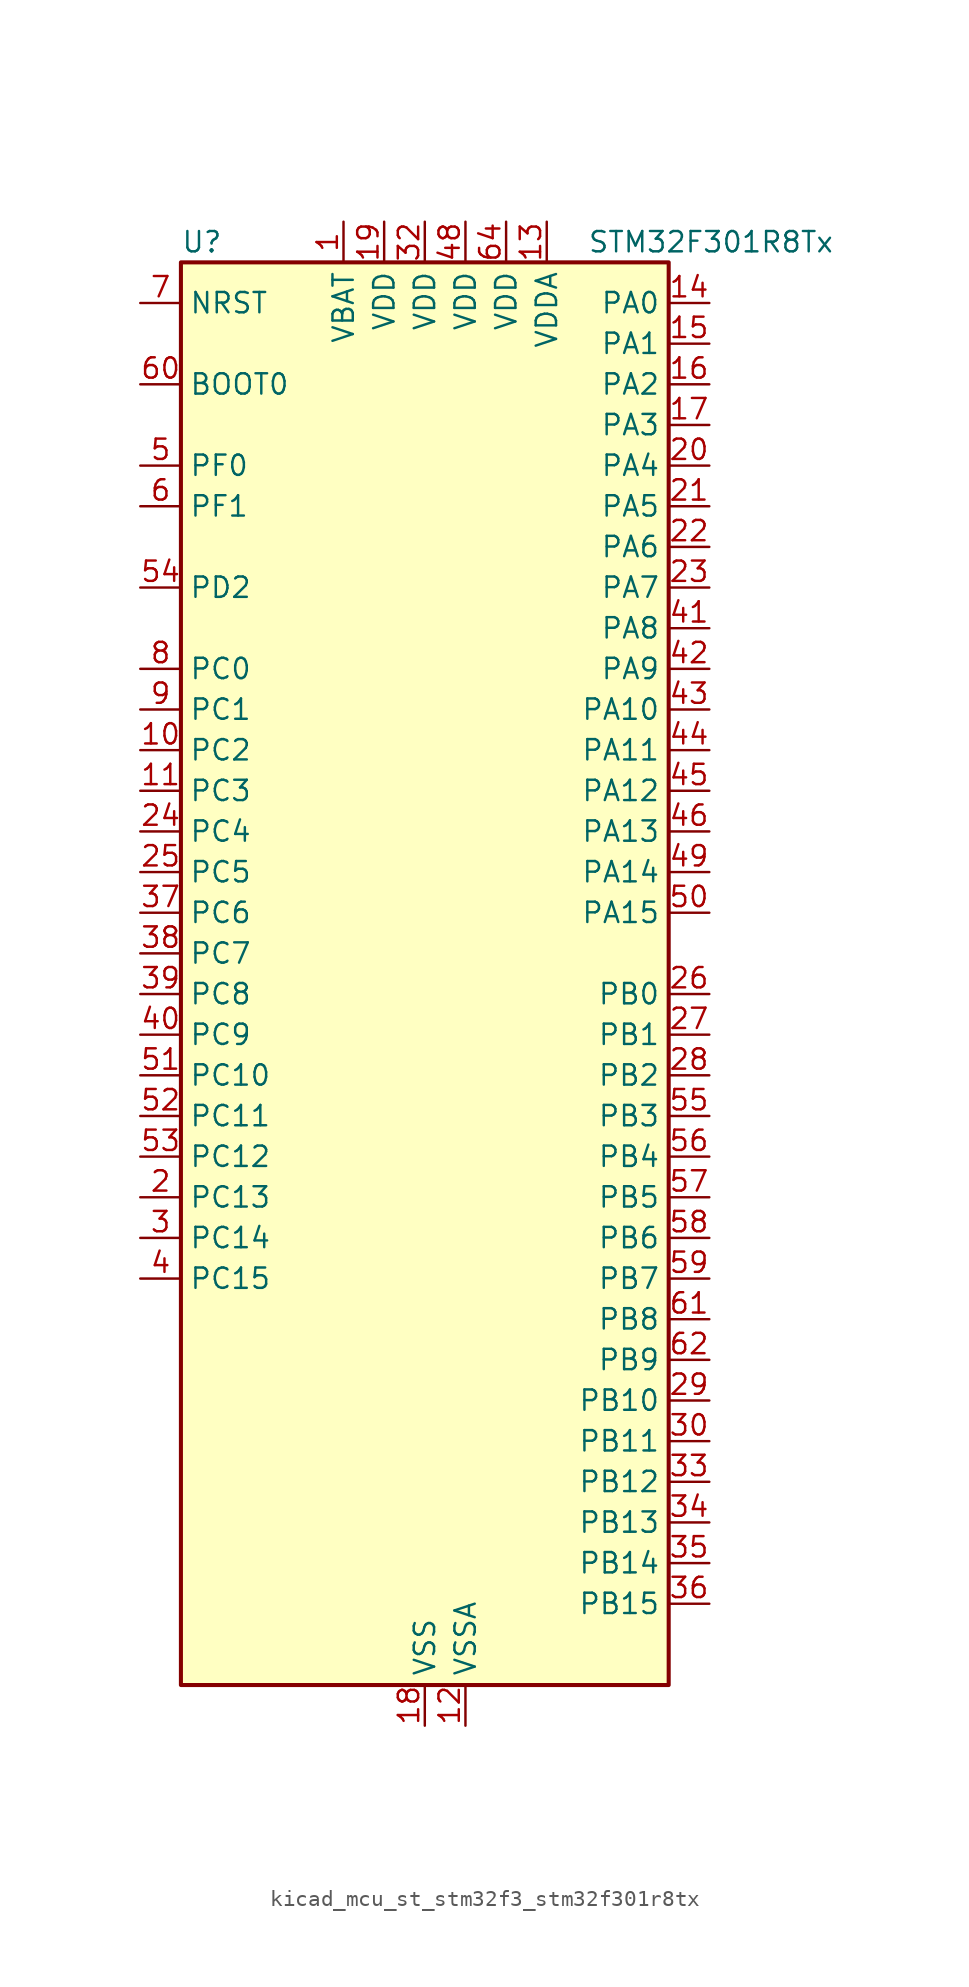
<source format=kicad_sym>
(kicad_symbol_lib
  (version 20220914)
  (generator kicad_symbol_editor)
  (symbol "kicad_mcu_st_stm32f3_stm32f301r8tx"
    (property "Reference" "U"
      (at -15.24 46.99 0)
      (effects (font (size 1.27 1.27)) (justify left)))
    (property "Value" "STM32F301R8Tx"
      (at 10.16 46.99 0)
      (effects (font (size 1.27 1.27)) (justify left)))
    (property "ki_locked" ""
      (at 0 0 0)
      (effects (font (size 1.27 1.27))))
    (symbol "kicad_mcu_st_stm32f3_stm32f301r8tx_0_1"
      (rectangle (start -15.24 -43.18) (end 15.24 45.72) (stroke (width 0.254) (type default)) (fill (type background))))
    (symbol "kicad_mcu_st_stm32f3_stm32f301r8tx_1_1"
      (pin power_in line (at -5.08 48.26 270) (length 2.54) (name "VBAT" (effects (font (size 1.27 1.27)))) (number "1" (effects (font (size 1.27 1.27)))))
      (pin bidirectional line (at -17.78 15.24 0) (length 2.54) (name "PC2" (effects (font (size 1.27 1.27)))) (number "10" (effects (font (size 1.27 1.27)))) (alternate "ADC1_IN8" bidirectional line) (alternate "TIM1_CH3" bidirectional line))
      (pin bidirectional line (at -17.78 12.7 0) (length 2.54) (name "PC3" (effects (font (size 1.27 1.27)))) (number "11" (effects (font (size 1.27 1.27)))) (alternate "ADC1_IN9" bidirectional line) (alternate "TIM1_BKIN2" bidirectional line) (alternate "TIM1_CH4" bidirectional line))
      (pin power_in line (at 2.54 -45.72 90) (length 2.54) (name "VSSA" (effects (font (size 1.27 1.27)))) (number "12" (effects (font (size 1.27 1.27)))))
      (pin power_in line (at 7.62 48.26 270) (length 2.54) (name "VDDA" (effects (font (size 1.27 1.27)))) (number "13" (effects (font (size 1.27 1.27)))))
      (pin bidirectional line (at 17.78 43.18 180) (length 2.54) (name "PA0" (effects (font (size 1.27 1.27)))) (number "14" (effects (font (size 1.27 1.27)))) (alternate "ADC1_IN1" bidirectional line) (alternate "RTC_TAMP2" bidirectional line) (alternate "SYS_WKUP1" bidirectional line) (alternate "TIM2_CH1" bidirectional line) (alternate "TIM2_ETR" bidirectional line) (alternate "TSC_G1_IO1" bidirectional line) (alternate "USART2_CTS" bidirectional line))
      (pin bidirectional line (at 17.78 40.64 180) (length 2.54) (name "PA1" (effects (font (size 1.27 1.27)))) (number "15" (effects (font (size 1.27 1.27)))) (alternate "ADC1_IN2" bidirectional line) (alternate "RTC_REFIN" bidirectional line) (alternate "TIM15_CH1N" bidirectional line) (alternate "TIM2_CH2" bidirectional line) (alternate "TSC_G1_IO2" bidirectional line) (alternate "USART2_DE" bidirectional line) (alternate "USART2_RTS" bidirectional line))
      (pin bidirectional line (at 17.78 38.1 180) (length 2.54) (name "PA2" (effects (font (size 1.27 1.27)))) (number "16" (effects (font (size 1.27 1.27)))) (alternate "ADC1_IN3" bidirectional line) (alternate "COMP2_INM" bidirectional line) (alternate "COMP2_OUT" bidirectional line) (alternate "TIM15_CH1" bidirectional line) (alternate "TIM2_CH3" bidirectional line) (alternate "TSC_G1_IO3" bidirectional line) (alternate "USART2_TX" bidirectional line))
      (pin bidirectional line (at 17.78 35.56 180) (length 2.54) (name "PA3" (effects (font (size 1.27 1.27)))) (number "17" (effects (font (size 1.27 1.27)))) (alternate "ADC1_IN4" bidirectional line) (alternate "TIM15_CH2" bidirectional line) (alternate "TIM2_CH4" bidirectional line) (alternate "TSC_G1_IO4" bidirectional line) (alternate "USART2_RX" bidirectional line))
      (pin power_in line (at 0 -45.72 90) (length 2.54) (name "VSS" (effects (font (size 1.27 1.27)))) (number "18" (effects (font (size 1.27 1.27)))))
      (pin power_in line (at -2.54 48.26 270) (length 2.54) (name "VDD" (effects (font (size 1.27 1.27)))) (number "19" (effects (font (size 1.27 1.27)))))
      (pin bidirectional line (at -17.78 -12.7 0) (length 2.54) (name "PC13" (effects (font (size 1.27 1.27)))) (number "2" (effects (font (size 1.27 1.27)))) (alternate "RTC_OUT_ALARM" bidirectional line) (alternate "RTC_OUT_CALIB" bidirectional line) (alternate "RTC_TAMP1" bidirectional line) (alternate "RTC_TS" bidirectional line) (alternate "SYS_WKUP2" bidirectional line) (alternate "TIM1_CH1N" bidirectional line))
      (pin bidirectional line (at 17.78 33.02 180) (length 2.54) (name "PA4" (effects (font (size 1.27 1.27)))) (number "20" (effects (font (size 1.27 1.27)))) (alternate "ADC1_IN5" bidirectional line) (alternate "COMP2_INM" bidirectional line) (alternate "COMP4_INM" bidirectional line) (alternate "COMP6_INM" bidirectional line) (alternate "DAC_OUT1" bidirectional line) (alternate "I2S3_WS" bidirectional line) (alternate "SPI3_NSS" bidirectional line) (alternate "TSC_G2_IO1" bidirectional line) (alternate "USART2_CK" bidirectional line))
      (pin bidirectional line (at 17.78 30.48 180) (length 2.54) (name "PA5" (effects (font (size 1.27 1.27)))) (number "21" (effects (font (size 1.27 1.27)))) (alternate "OPAMP2_VINM" bidirectional line) (alternate "OPAMP2_VINM_SEC" bidirectional line) (alternate "TIM2_CH1" bidirectional line) (alternate "TIM2_ETR" bidirectional line) (alternate "TSC_G2_IO2" bidirectional line))
      (pin bidirectional line (at 17.78 27.94 180) (length 2.54) (name "PA6" (effects (font (size 1.27 1.27)))) (number "22" (effects (font (size 1.27 1.27)))) (alternate "ADC1_IN10" bidirectional line) (alternate "OPAMP2_VOUT" bidirectional line) (alternate "TIM16_CH1" bidirectional line) (alternate "TIM1_BKIN" bidirectional line) (alternate "TSC_G2_IO3" bidirectional line))
      (pin bidirectional line (at 17.78 25.4 180) (length 2.54) (name "PA7" (effects (font (size 1.27 1.27)))) (number "23" (effects (font (size 1.27 1.27)))) (alternate "ADC1_IN15" bidirectional line) (alternate "COMP2_INP" bidirectional line) (alternate "OPAMP2_VINP" bidirectional line) (alternate "OPAMP2_VINP_SEC" bidirectional line) (alternate "TIM17_CH1" bidirectional line) (alternate "TIM1_CH1N" bidirectional line) (alternate "TSC_G2_IO4" bidirectional line))
      (pin bidirectional line (at -17.78 10.16 0) (length 2.54) (name "PC4" (effects (font (size 1.27 1.27)))) (number "24" (effects (font (size 1.27 1.27)))) (alternate "TIM1_ETR" bidirectional line) (alternate "USART1_TX" bidirectional line))
      (pin bidirectional line (at -17.78 7.62 0) (length 2.54) (name "PC5" (effects (font (size 1.27 1.27)))) (number "25" (effects (font (size 1.27 1.27)))) (alternate "OPAMP2_VINM" bidirectional line) (alternate "OPAMP2_VINM_SEC" bidirectional line) (alternate "TIM15_BKIN" bidirectional line) (alternate "TSC_G3_IO1" bidirectional line) (alternate "USART1_RX" bidirectional line))
      (pin bidirectional line (at 17.78 0 180) (length 2.54) (name "PB0" (effects (font (size 1.27 1.27)))) (number "26" (effects (font (size 1.27 1.27)))) (alternate "ADC1_IN11" bidirectional line) (alternate "COMP4_INP" bidirectional line) (alternate "OPAMP2_VINP" bidirectional line) (alternate "OPAMP2_VINP_SEC" bidirectional line) (alternate "TIM1_CH2N" bidirectional line) (alternate "TSC_G3_IO2" bidirectional line))
      (pin bidirectional line (at 17.78 -2.54 180) (length 2.54) (name "PB1" (effects (font (size 1.27 1.27)))) (number "27" (effects (font (size 1.27 1.27)))) (alternate "ADC1_IN12" bidirectional line) (alternate "COMP4_OUT" bidirectional line) (alternate "TIM1_CH3N" bidirectional line) (alternate "TSC_G3_IO3" bidirectional line))
      (pin bidirectional line (at 17.78 -5.08 180) (length 2.54) (name "PB2" (effects (font (size 1.27 1.27)))) (number "28" (effects (font (size 1.27 1.27)))) (alternate "COMP4_INM" bidirectional line) (alternate "TSC_G3_IO4" bidirectional line))
      (pin bidirectional line (at 17.78 -25.4 180) (length 2.54) (name "PB10" (effects (font (size 1.27 1.27)))) (number "29" (effects (font (size 1.27 1.27)))) (alternate "TIM2_CH3" bidirectional line) (alternate "TSC_SYNC" bidirectional line) (alternate "USART3_TX" bidirectional line))
      (pin bidirectional line (at -17.78 -15.24 0) (length 2.54) (name "PC14" (effects (font (size 1.27 1.27)))) (number "3" (effects (font (size 1.27 1.27)))) (alternate "RCC_OSC32_IN" bidirectional line))
      (pin bidirectional line (at 17.78 -27.94 180) (length 2.54) (name "PB11" (effects (font (size 1.27 1.27)))) (number "30" (effects (font (size 1.27 1.27)))) (alternate "ADC1_EXTI11" bidirectional line) (alternate "ADC1_IN14" bidirectional line) (alternate "COMP6_INP" bidirectional line) (alternate "TIM2_CH4" bidirectional line) (alternate "TSC_G6_IO1" bidirectional line) (alternate "USART3_RX" bidirectional line))
      (pin passive line (at 0 -45.72 90) (length 2.54) hide (name "VSS" (effects (font (size 1.27 1.27)))) (number "31" (effects (font (size 1.27 1.27)))))
      (pin power_in line (at 0 48.26 270) (length 2.54) (name "VDD" (effects (font (size 1.27 1.27)))) (number "32" (effects (font (size 1.27 1.27)))))
      (pin bidirectional line (at 17.78 -30.48 180) (length 2.54) (name "PB12" (effects (font (size 1.27 1.27)))) (number "33" (effects (font (size 1.27 1.27)))) (alternate "I2C2_SMBA" bidirectional line) (alternate "I2S2_WS" bidirectional line) (alternate "SPI2_NSS" bidirectional line) (alternate "TIM1_BKIN" bidirectional line) (alternate "TSC_G6_IO2" bidirectional line) (alternate "USART3_CK" bidirectional line))
      (pin bidirectional line (at 17.78 -33.02 180) (length 2.54) (name "PB13" (effects (font (size 1.27 1.27)))) (number "34" (effects (font (size 1.27 1.27)))) (alternate "ADC1_IN13" bidirectional line) (alternate "I2S2_CK" bidirectional line) (alternate "SPI2_SCK" bidirectional line) (alternate "TIM1_CH1N" bidirectional line) (alternate "TSC_G6_IO3" bidirectional line) (alternate "USART3_CTS" bidirectional line))
      (pin bidirectional line (at 17.78 -35.56 180) (length 2.54) (name "PB14" (effects (font (size 1.27 1.27)))) (number "35" (effects (font (size 1.27 1.27)))) (alternate "I2S2_ext_SD" bidirectional line) (alternate "OPAMP2_VINP" bidirectional line) (alternate "OPAMP2_VINP_SEC" bidirectional line) (alternate "SPI2_MISO" bidirectional line) (alternate "TIM15_CH1" bidirectional line) (alternate "TIM1_CH2N" bidirectional line) (alternate "TSC_G6_IO4" bidirectional line) (alternate "USART3_DE" bidirectional line) (alternate "USART3_RTS" bidirectional line))
      (pin bidirectional line (at 17.78 -38.1 180) (length 2.54) (name "PB15" (effects (font (size 1.27 1.27)))) (number "36" (effects (font (size 1.27 1.27)))) (alternate "ADC1_EXTI15" bidirectional line) (alternate "COMP6_INM" bidirectional line) (alternate "I2S2_SD" bidirectional line) (alternate "RTC_REFIN" bidirectional line) (alternate "SPI2_MOSI" bidirectional line) (alternate "TIM15_CH1N" bidirectional line) (alternate "TIM15_CH2" bidirectional line) (alternate "TIM1_CH3N" bidirectional line))
      (pin bidirectional line (at -17.78 5.08 0) (length 2.54) (name "PC6" (effects (font (size 1.27 1.27)))) (number "37" (effects (font (size 1.27 1.27)))) (alternate "COMP6_OUT" bidirectional line) (alternate "I2S2_MCK" bidirectional line))
      (pin bidirectional line (at -17.78 2.54 0) (length 2.54) (name "PC7" (effects (font (size 1.27 1.27)))) (number "38" (effects (font (size 1.27 1.27)))) (alternate "I2S3_MCK" bidirectional line))
      (pin bidirectional line (at -17.78 0 0) (length 2.54) (name "PC8" (effects (font (size 1.27 1.27)))) (number "39" (effects (font (size 1.27 1.27)))))
      (pin bidirectional line (at -17.78 -17.78 0) (length 2.54) (name "PC15" (effects (font (size 1.27 1.27)))) (number "4" (effects (font (size 1.27 1.27)))) (alternate "ADC1_EXTI15" bidirectional line) (alternate "RCC_OSC32_OUT" bidirectional line))
      (pin bidirectional line (at -17.78 -2.54 0) (length 2.54) (name "PC9" (effects (font (size 1.27 1.27)))) (number "40" (effects (font (size 1.27 1.27)))) (alternate "DAC_EXTI9" bidirectional line) (alternate "I2C3_SDA" bidirectional line) (alternate "I2S_CKIN" bidirectional line))
      (pin bidirectional line (at 17.78 22.86 180) (length 2.54) (name "PA8" (effects (font (size 1.27 1.27)))) (number "41" (effects (font (size 1.27 1.27)))) (alternate "I2C2_SMBA" bidirectional line) (alternate "I2C3_SCL" bidirectional line) (alternate "I2S2_MCK" bidirectional line) (alternate "RCC_MCO" bidirectional line) (alternate "TIM1_CH1" bidirectional line) (alternate "USART1_CK" bidirectional line))
      (pin bidirectional line (at 17.78 20.32 180) (length 2.54) (name "PA9" (effects (font (size 1.27 1.27)))) (number "42" (effects (font (size 1.27 1.27)))) (alternate "DAC_EXTI9" bidirectional line) (alternate "I2C2_SCL" bidirectional line) (alternate "I2C3_SMBA" bidirectional line) (alternate "I2S3_MCK" bidirectional line) (alternate "TIM15_BKIN" bidirectional line) (alternate "TIM1_CH2" bidirectional line) (alternate "TIM2_CH3" bidirectional line) (alternate "TSC_G4_IO1" bidirectional line) (alternate "USART1_TX" bidirectional line))
      (pin bidirectional line (at 17.78 17.78 180) (length 2.54) (name "PA10" (effects (font (size 1.27 1.27)))) (number "43" (effects (font (size 1.27 1.27)))) (alternate "COMP6_OUT" bidirectional line) (alternate "I2C2_SDA" bidirectional line) (alternate "I2S2_ext_SD" bidirectional line) (alternate "SPI2_MISO" bidirectional line) (alternate "TIM17_BKIN" bidirectional line) (alternate "TIM1_CH3" bidirectional line) (alternate "TIM2_CH4" bidirectional line) (alternate "TSC_G4_IO2" bidirectional line) (alternate "USART1_RX" bidirectional line))
      (pin bidirectional line (at 17.78 15.24 180) (length 2.54) (name "PA11" (effects (font (size 1.27 1.27)))) (number "44" (effects (font (size 1.27 1.27)))) (alternate "ADC1_EXTI11" bidirectional line) (alternate "I2S2_SD" bidirectional line) (alternate "SPI2_MOSI" bidirectional line) (alternate "TIM1_BKIN2" bidirectional line) (alternate "TIM1_CH1N" bidirectional line) (alternate "TIM1_CH4" bidirectional line) (alternate "USART1_CTS" bidirectional line))
      (pin bidirectional line (at 17.78 12.7 180) (length 2.54) (name "PA12" (effects (font (size 1.27 1.27)))) (number "45" (effects (font (size 1.27 1.27)))) (alternate "COMP2_OUT" bidirectional line) (alternate "I2S_CKIN" bidirectional line) (alternate "TIM16_CH1" bidirectional line) (alternate "TIM1_CH2N" bidirectional line) (alternate "TIM1_ETR" bidirectional line) (alternate "USART1_DE" bidirectional line) (alternate "USART1_RTS" bidirectional line))
      (pin bidirectional line (at 17.78 10.16 180) (length 2.54) (name "PA13" (effects (font (size 1.27 1.27)))) (number "46" (effects (font (size 1.27 1.27)))) (alternate "IR_OUT" bidirectional line) (alternate "SYS_JTMS-SWDIO" bidirectional line) (alternate "TIM16_CH1N" bidirectional line) (alternate "TSC_G4_IO3" bidirectional line) (alternate "USART3_CTS" bidirectional line))
      (pin passive line (at 0 -45.72 90) (length 2.54) hide (name "VSS" (effects (font (size 1.27 1.27)))) (number "47" (effects (font (size 1.27 1.27)))))
      (pin power_in line (at 2.54 48.26 270) (length 2.54) (name "VDD" (effects (font (size 1.27 1.27)))) (number "48" (effects (font (size 1.27 1.27)))))
      (pin bidirectional line (at 17.78 7.62 180) (length 2.54) (name "PA14" (effects (font (size 1.27 1.27)))) (number "49" (effects (font (size 1.27 1.27)))) (alternate "I2C1_SDA" bidirectional line) (alternate "SYS_JTCK-SWCLK" bidirectional line) (alternate "TIM1_BKIN" bidirectional line) (alternate "TSC_G4_IO4" bidirectional line) (alternate "USART2_TX" bidirectional line))
      (pin bidirectional line (at -17.78 33.02 0) (length 2.54) (name "PF0" (effects (font (size 1.27 1.27)))) (number "5" (effects (font (size 1.27 1.27)))) (alternate "I2C2_SDA" bidirectional line) (alternate "I2S2_WS" bidirectional line) (alternate "RCC_OSC_IN" bidirectional line) (alternate "SPI2_NSS" bidirectional line) (alternate "TIM1_CH3N" bidirectional line))
      (pin bidirectional line (at 17.78 5.08 180) (length 2.54) (name "PA15" (effects (font (size 1.27 1.27)))) (number "50" (effects (font (size 1.27 1.27)))) (alternate "ADC1_EXTI15" bidirectional line) (alternate "I2C1_SCL" bidirectional line) (alternate "I2S3_WS" bidirectional line) (alternate "SPI3_NSS" bidirectional line) (alternate "SYS_JTDI" bidirectional line) (alternate "TIM1_BKIN" bidirectional line) (alternate "TIM2_CH1" bidirectional line) (alternate "TIM2_ETR" bidirectional line) (alternate "TSC_SYNC" bidirectional line) (alternate "USART2_RX" bidirectional line))
      (pin bidirectional line (at -17.78 -5.08 0) (length 2.54) (name "PC10" (effects (font (size 1.27 1.27)))) (number "51" (effects (font (size 1.27 1.27)))) (alternate "I2S3_CK" bidirectional line) (alternate "SPI3_SCK" bidirectional line) (alternate "USART3_TX" bidirectional line))
      (pin bidirectional line (at -17.78 -7.62 0) (length 2.54) (name "PC11" (effects (font (size 1.27 1.27)))) (number "52" (effects (font (size 1.27 1.27)))) (alternate "ADC1_EXTI11" bidirectional line) (alternate "I2S3_ext_SD" bidirectional line) (alternate "SPI3_MISO" bidirectional line) (alternate "USART3_RX" bidirectional line))
      (pin bidirectional line (at -17.78 -10.16 0) (length 2.54) (name "PC12" (effects (font (size 1.27 1.27)))) (number "53" (effects (font (size 1.27 1.27)))) (alternate "I2S3_SD" bidirectional line) (alternate "SPI3_MOSI" bidirectional line) (alternate "USART3_CK" bidirectional line))
      (pin bidirectional line (at -17.78 25.4 0) (length 2.54) (name "PD2" (effects (font (size 1.27 1.27)))) (number "54" (effects (font (size 1.27 1.27)))))
      (pin bidirectional line (at 17.78 -7.62 180) (length 2.54) (name "PB3" (effects (font (size 1.27 1.27)))) (number "55" (effects (font (size 1.27 1.27)))) (alternate "I2S3_CK" bidirectional line) (alternate "SPI3_SCK" bidirectional line) (alternate "SYS_JTDO-TRACESWO" bidirectional line) (alternate "TIM2_CH2" bidirectional line) (alternate "TSC_G5_IO1" bidirectional line) (alternate "USART2_TX" bidirectional line))
      (pin bidirectional line (at 17.78 -10.16 180) (length 2.54) (name "PB4" (effects (font (size 1.27 1.27)))) (number "56" (effects (font (size 1.27 1.27)))) (alternate "I2S3_ext_SD" bidirectional line) (alternate "SPI3_MISO" bidirectional line) (alternate "SYS_NJTRST" bidirectional line) (alternate "TIM16_CH1" bidirectional line) (alternate "TIM17_BKIN" bidirectional line) (alternate "TSC_G5_IO2" bidirectional line) (alternate "USART2_RX" bidirectional line))
      (pin bidirectional line (at 17.78 -12.7 180) (length 2.54) (name "PB5" (effects (font (size 1.27 1.27)))) (number "57" (effects (font (size 1.27 1.27)))) (alternate "I2C1_SMBA" bidirectional line) (alternate "I2C3_SDA" bidirectional line) (alternate "I2S3_SD" bidirectional line) (alternate "SPI3_MOSI" bidirectional line) (alternate "TIM16_BKIN" bidirectional line) (alternate "TIM17_CH1" bidirectional line) (alternate "USART2_CK" bidirectional line))
      (pin bidirectional line (at 17.78 -15.24 180) (length 2.54) (name "PB6" (effects (font (size 1.27 1.27)))) (number "58" (effects (font (size 1.27 1.27)))) (alternate "I2C1_SCL" bidirectional line) (alternate "TIM16_CH1N" bidirectional line) (alternate "TSC_G5_IO3" bidirectional line) (alternate "USART1_TX" bidirectional line))
      (pin bidirectional line (at 17.78 -17.78 180) (length 2.54) (name "PB7" (effects (font (size 1.27 1.27)))) (number "59" (effects (font (size 1.27 1.27)))) (alternate "I2C1_SDA" bidirectional line) (alternate "TIM17_CH1N" bidirectional line) (alternate "TSC_G5_IO4" bidirectional line) (alternate "USART1_RX" bidirectional line))
      (pin bidirectional line (at -17.78 30.48 0) (length 2.54) (name "PF1" (effects (font (size 1.27 1.27)))) (number "6" (effects (font (size 1.27 1.27)))) (alternate "I2C2_SCL" bidirectional line) (alternate "I2S2_CK" bidirectional line) (alternate "RCC_OSC_OUT" bidirectional line) (alternate "SPI2_SCK" bidirectional line))
      (pin input line (at -17.78 38.1 0) (length 2.54) (name "BOOT0" (effects (font (size 1.27 1.27)))) (number "60" (effects (font (size 1.27 1.27)))))
      (pin bidirectional line (at 17.78 -20.32 180) (length 2.54) (name "PB8" (effects (font (size 1.27 1.27)))) (number "61" (effects (font (size 1.27 1.27)))) (alternate "I2C1_SCL" bidirectional line) (alternate "TIM16_CH1" bidirectional line) (alternate "TIM1_BKIN" bidirectional line) (alternate "TSC_SYNC" bidirectional line) (alternate "USART3_RX" bidirectional line))
      (pin bidirectional line (at 17.78 -22.86 180) (length 2.54) (name "PB9" (effects (font (size 1.27 1.27)))) (number "62" (effects (font (size 1.27 1.27)))) (alternate "COMP2_OUT" bidirectional line) (alternate "DAC_EXTI9" bidirectional line) (alternate "I2C1_SDA" bidirectional line) (alternate "IR_OUT" bidirectional line) (alternate "TIM17_CH1" bidirectional line) (alternate "USART3_TX" bidirectional line))
      (pin passive line (at 0 -45.72 90) (length 2.54) hide (name "VSS" (effects (font (size 1.27 1.27)))) (number "63" (effects (font (size 1.27 1.27)))))
      (pin power_in line (at 5.08 48.26 270) (length 2.54) (name "VDD" (effects (font (size 1.27 1.27)))) (number "64" (effects (font (size 1.27 1.27)))))
      (pin input line (at -17.78 43.18 0) (length 2.54) (name "NRST" (effects (font (size 1.27 1.27)))) (number "7" (effects (font (size 1.27 1.27)))))
      (pin bidirectional line (at -17.78 20.32 0) (length 2.54) (name "PC0" (effects (font (size 1.27 1.27)))) (number "8" (effects (font (size 1.27 1.27)))) (alternate "ADC1_IN6" bidirectional line) (alternate "TIM1_CH1" bidirectional line))
      (pin bidirectional line (at -17.78 17.78 0) (length 2.54) (name "PC1" (effects (font (size 1.27 1.27)))) (number "9" (effects (font (size 1.27 1.27)))) (alternate "ADC1_IN7" bidirectional line) (alternate "TIM1_CH2" bidirectional line)))))
</source>
